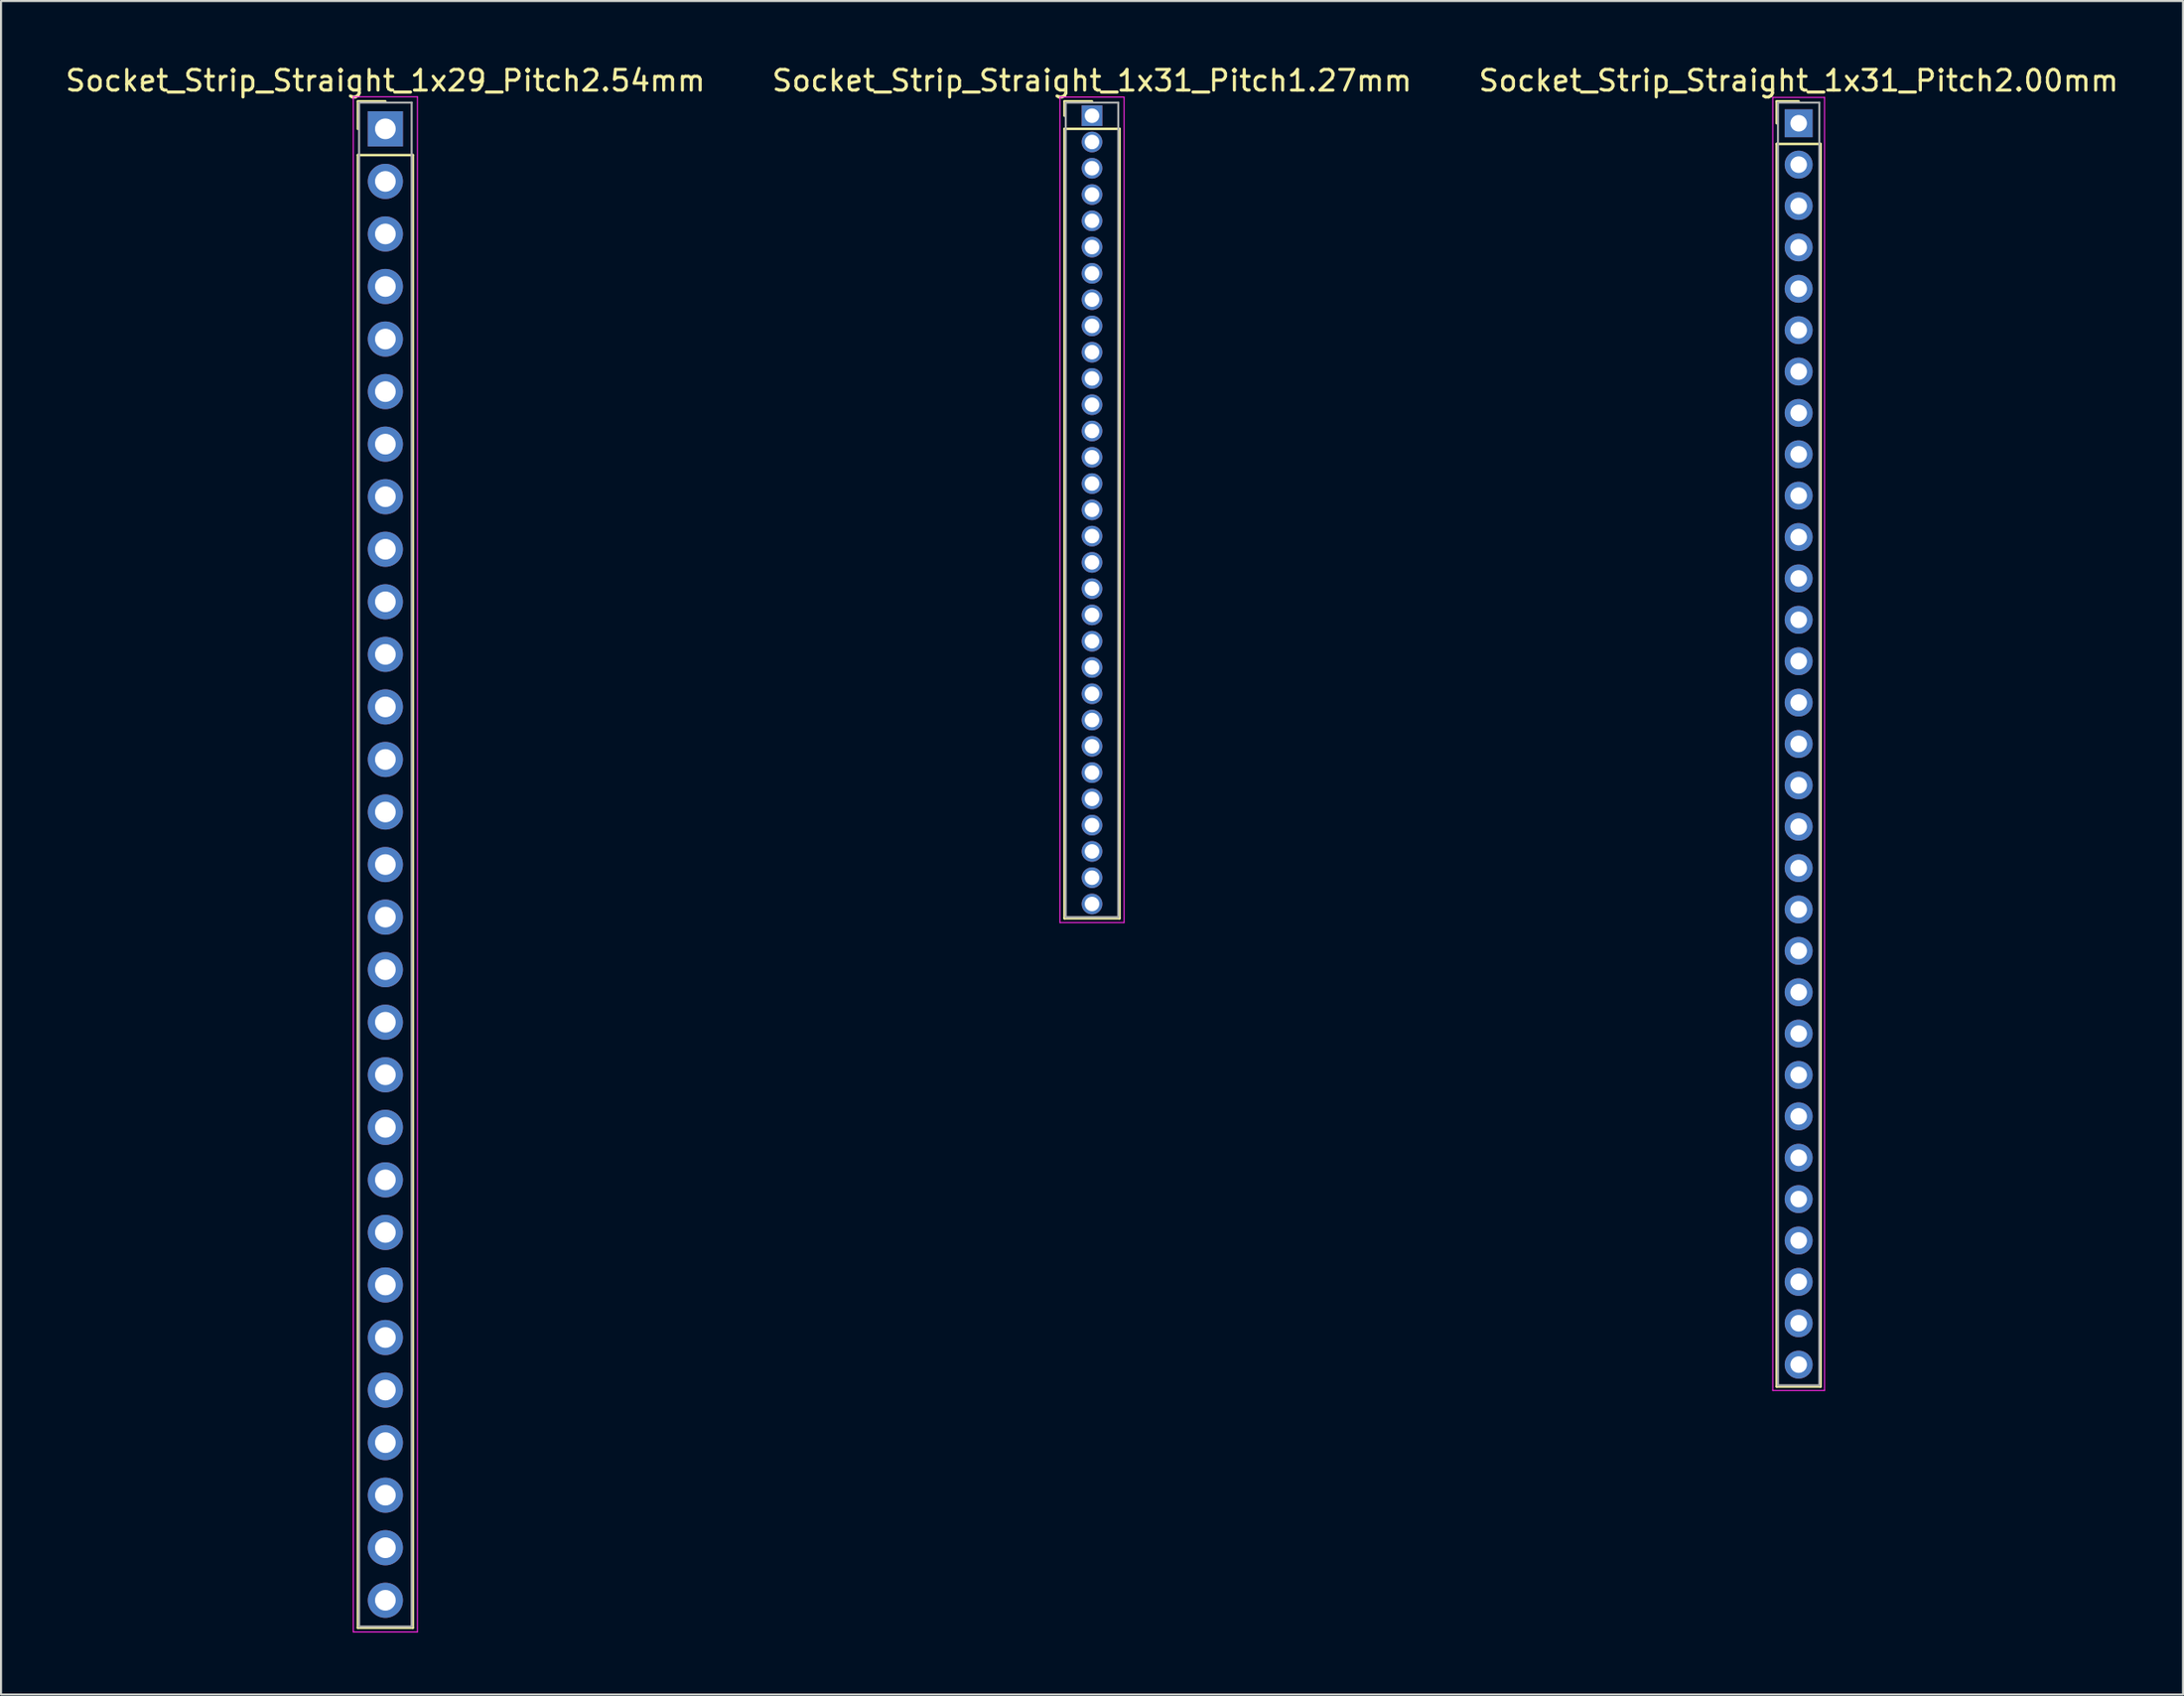
<source format=kicad_pcb>
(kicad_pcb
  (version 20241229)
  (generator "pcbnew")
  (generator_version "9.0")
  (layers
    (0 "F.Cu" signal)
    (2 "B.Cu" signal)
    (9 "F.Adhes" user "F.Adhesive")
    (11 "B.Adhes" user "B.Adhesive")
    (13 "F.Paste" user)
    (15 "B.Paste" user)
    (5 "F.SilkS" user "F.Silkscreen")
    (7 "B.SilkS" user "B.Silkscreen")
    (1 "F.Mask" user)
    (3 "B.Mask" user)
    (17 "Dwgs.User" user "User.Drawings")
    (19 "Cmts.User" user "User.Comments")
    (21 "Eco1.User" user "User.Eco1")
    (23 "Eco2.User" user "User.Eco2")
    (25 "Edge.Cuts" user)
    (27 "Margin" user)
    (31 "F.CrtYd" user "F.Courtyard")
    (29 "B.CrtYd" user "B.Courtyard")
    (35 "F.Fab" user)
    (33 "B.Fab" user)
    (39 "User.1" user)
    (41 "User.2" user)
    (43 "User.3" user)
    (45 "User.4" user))
  (footprint "Socket_Strip_Straight_1x31_Pitch2.00mm"
    (layer "F.Cu")
    (at 83.887 2.908)
    (property "Reference" "Socket_Strip_Straight_1x31_Pitch2.00mm" (at 0 -2.06 0) (layer "F.SilkS") (effects (font (size 1 1) (thickness 0.15))))
    (attr through_hole)
    (fp_line (start -1.06 -1.06) (end 0 -1.06) (stroke (width 0.12) (type solid)) (layer "F.SilkS"))
    (fp_line (start -1.06 0) (end -1.06 -1.06) (stroke (width 0.12) (type solid)) (layer "F.SilkS"))
    (fp_line (start -1.06 1) (end -1.06 61.06) (stroke (width 0.12) (type solid)) (layer "F.SilkS"))
    (fp_line (start -1.06 61.06) (end 1.06 61.06) (stroke (width 0.12) (type solid)) (layer "F.SilkS"))
    (fp_line (start 1.06 1) (end -1.06 1) (stroke (width 0.12) (type solid)) (layer "F.SilkS"))
    (fp_line (start 1.06 61.06) (end 1.06 1) (stroke (width 0.12) (type solid)) (layer "F.SilkS"))
    (fp_line (start -1.25 -1.25) (end -1.25 61.25) (stroke (width 0.05) (type solid)) (layer "F.CrtYd"))
    (fp_line (start -1.25 61.25) (end 1.25 61.25) (stroke (width 0.05) (type solid)) (layer "F.CrtYd"))
    (fp_line (start 1.25 -1.25) (end -1.25 -1.25) (stroke (width 0.05) (type solid)) (layer "F.CrtYd"))
    (fp_line (start 1.25 61.25) (end 1.25 -1.25) (stroke (width 0.05) (type solid)) (layer "F.CrtYd"))
    (fp_line (start -1 -1) (end -1 61) (stroke (width 0.1) (type solid)) (layer "F.Fab"))
    (fp_line (start -1 61) (end 1 61) (stroke (width 0.1) (type solid)) (layer "F.Fab"))
    (fp_line (start 1 -1) (end -1 -1) (stroke (width 0.1) (type solid)) (layer "F.Fab"))
    (fp_line (start 1 61) (end 1 -1) (stroke (width 0.1) (type solid)) (layer "F.Fab"))
    (pad "1" thru_hole rect (at 0 0) (size 1.35 1.35) (drill 0.8) (layers "*.Cu" "*.Mask"))
    (pad "2" thru_hole oval (at 0 2) (size 1.35 1.35) (drill 0.8) (layers "*.Cu" "*.Mask"))
    (pad "3" thru_hole oval (at 0 4) (size 1.35 1.35) (drill 0.8) (layers "*.Cu" "*.Mask"))
    (pad "4" thru_hole oval (at 0 6) (size 1.35 1.35) (drill 0.8) (layers "*.Cu" "*.Mask"))
    (pad "5" thru_hole oval (at 0 8) (size 1.35 1.35) (drill 0.8) (layers "*.Cu" "*.Mask"))
    (pad "6" thru_hole oval (at 0 10) (size 1.35 1.35) (drill 0.8) (layers "*.Cu" "*.Mask"))
    (pad "7" thru_hole oval (at 0 12) (size 1.35 1.35) (drill 0.8) (layers "*.Cu" "*.Mask"))
    (pad "8" thru_hole oval (at 0 14) (size 1.35 1.35) (drill 0.8) (layers "*.Cu" "*.Mask"))
    (pad "9" thru_hole oval (at 0 16) (size 1.35 1.35) (drill 0.8) (layers "*.Cu" "*.Mask"))
    (pad "10" thru_hole oval (at 0 18) (size 1.35 1.35) (drill 0.8) (layers "*.Cu" "*.Mask"))
    (pad "11" thru_hole oval (at 0 20) (size 1.35 1.35) (drill 0.8) (layers "*.Cu" "*.Mask"))
    (pad "12" thru_hole oval (at 0 22) (size 1.35 1.35) (drill 0.8) (layers "*.Cu" "*.Mask"))
    (pad "13" thru_hole oval (at 0 24) (size 1.35 1.35) (drill 0.8) (layers "*.Cu" "*.Mask"))
    (pad "14" thru_hole oval (at 0 26) (size 1.35 1.35) (drill 0.8) (layers "*.Cu" "*.Mask"))
    (pad "15" thru_hole oval (at 0 28) (size 1.35 1.35) (drill 0.8) (layers "*.Cu" "*.Mask"))
    (pad "16" thru_hole oval (at 0 30) (size 1.35 1.35) (drill 0.8) (layers "*.Cu" "*.Mask"))
    (pad "17" thru_hole oval (at 0 32) (size 1.35 1.35) (drill 0.8) (layers "*.Cu" "*.Mask"))
    (pad "18" thru_hole oval (at 0 34) (size 1.35 1.35) (drill 0.8) (layers "*.Cu" "*.Mask"))
    (pad "19" thru_hole oval (at 0 36) (size 1.35 1.35) (drill 0.8) (layers "*.Cu" "*.Mask"))
    (pad "20" thru_hole oval (at 0 38) (size 1.35 1.35) (drill 0.8) (layers "*.Cu" "*.Mask"))
    (pad "21" thru_hole oval (at 0 40) (size 1.35 1.35) (drill 0.8) (layers "*.Cu" "*.Mask"))
    (pad "22" thru_hole oval (at 0 42) (size 1.35 1.35) (drill 0.8) (layers "*.Cu" "*.Mask"))
    (pad "23" thru_hole oval (at 0 44) (size 1.35 1.35) (drill 0.8) (layers "*.Cu" "*.Mask"))
    (pad "24" thru_hole oval (at 0 46) (size 1.35 1.35) (drill 0.8) (layers "*.Cu" "*.Mask"))
    (pad "25" thru_hole oval (at 0 48) (size 1.35 1.35) (drill 0.8) (layers "*.Cu" "*.Mask"))
    (pad "26" thru_hole oval (at 0 50) (size 1.35 1.35) (drill 0.8) (layers "*.Cu" "*.Mask"))
    (pad "27" thru_hole oval (at 0 52) (size 1.35 1.35) (drill 0.8) (layers "*.Cu" "*.Mask"))
    (pad "28" thru_hole oval (at 0 54) (size 1.35 1.35) (drill 0.8) (layers "*.Cu" "*.Mask"))
    (pad "29" thru_hole oval (at 0 56) (size 1.35 1.35) (drill 0.8) (layers "*.Cu" "*.Mask"))
    (pad "30" thru_hole oval (at 0 58) (size 1.35 1.35) (drill 0.8) (layers "*.Cu" "*.Mask"))
    (pad "31" thru_hole oval (at 0 60) (size 1.35 1.35) (drill 0.8) (layers "*.Cu" "*.Mask")))
  (footprint "Socket_Strip_Straight_1x29_Pitch2.54mm"
    (layer "F.Cu")
    (at 15.577 3.178)
    (property "Reference" "Socket_Strip_Straight_1x29_Pitch2.54mm" (at 0 -2.33 0) (layer "F.SilkS") (effects (font (size 1 1) (thickness 0.15))))
    (attr through_hole)
    (fp_line (start -1.33 -1.33) (end 0 -1.33) (stroke (width 0.12) (type solid)) (layer "F.SilkS"))
    (fp_line (start -1.33 0) (end -1.33 -1.33) (stroke (width 0.12) (type solid)) (layer "F.SilkS"))
    (fp_line (start -1.33 1.27) (end -1.33 72.45) (stroke (width 0.12) (type solid)) (layer "F.SilkS"))
    (fp_line (start -1.33 72.45) (end 1.33 72.45) (stroke (width 0.12) (type solid)) (layer "F.SilkS"))
    (fp_line (start 1.33 1.27) (end -1.33 1.27) (stroke (width 0.12) (type solid)) (layer "F.SilkS"))
    (fp_line (start 1.33 72.45) (end 1.33 1.27) (stroke (width 0.12) (type solid)) (layer "F.SilkS"))
    (fp_line (start -1.55 -1.55) (end -1.55 72.65) (stroke (width 0.05) (type solid)) (layer "F.CrtYd"))
    (fp_line (start -1.55 72.65) (end 1.55 72.65) (stroke (width 0.05) (type solid)) (layer "F.CrtYd"))
    (fp_line (start 1.55 -1.55) (end -1.55 -1.55) (stroke (width 0.05) (type solid)) (layer "F.CrtYd"))
    (fp_line (start 1.55 72.65) (end 1.55 -1.55) (stroke (width 0.05) (type solid)) (layer "F.CrtYd"))
    (fp_line (start -1.27 -1.27) (end -1.27 72.39) (stroke (width 0.1) (type solid)) (layer "F.Fab"))
    (fp_line (start -1.27 72.39) (end 1.27 72.39) (stroke (width 0.1) (type solid)) (layer "F.Fab"))
    (fp_line (start 1.27 -1.27) (end -1.27 -1.27) (stroke (width 0.1) (type solid)) (layer "F.Fab"))
    (fp_line (start 1.27 72.39) (end 1.27 -1.27) (stroke (width 0.1) (type solid)) (layer "F.Fab"))
    (pad "1" thru_hole rect (at 0 0) (size 1.7 1.7) (drill 1) (layers "*.Cu" "*.Mask"))
    (pad "2" thru_hole oval (at 0 2.54) (size 1.7 1.7) (drill 1) (layers "*.Cu" "*.Mask"))
    (pad "3" thru_hole oval (at 0 5.08) (size 1.7 1.7) (drill 1) (layers "*.Cu" "*.Mask"))
    (pad "4" thru_hole oval (at 0 7.62) (size 1.7 1.7) (drill 1) (layers "*.Cu" "*.Mask"))
    (pad "5" thru_hole oval (at 0 10.16) (size 1.7 1.7) (drill 1) (layers "*.Cu" "*.Mask"))
    (pad "6" thru_hole oval (at 0 12.7) (size 1.7 1.7) (drill 1) (layers "*.Cu" "*.Mask"))
    (pad "7" thru_hole oval (at 0 15.24) (size 1.7 1.7) (drill 1) (layers "*.Cu" "*.Mask"))
    (pad "8" thru_hole oval (at 0 17.78) (size 1.7 1.7) (drill 1) (layers "*.Cu" "*.Mask"))
    (pad "9" thru_hole oval (at 0 20.32) (size 1.7 1.7) (drill 1) (layers "*.Cu" "*.Mask"))
    (pad "10" thru_hole oval (at 0 22.86) (size 1.7 1.7) (drill 1) (layers "*.Cu" "*.Mask"))
    (pad "11" thru_hole oval (at 0 25.4) (size 1.7 1.7) (drill 1) (layers "*.Cu" "*.Mask"))
    (pad "12" thru_hole oval (at 0 27.94) (size 1.7 1.7) (drill 1) (layers "*.Cu" "*.Mask"))
    (pad "13" thru_hole oval (at 0 30.48) (size 1.7 1.7) (drill 1) (layers "*.Cu" "*.Mask"))
    (pad "14" thru_hole oval (at 0 33.02) (size 1.7 1.7) (drill 1) (layers "*.Cu" "*.Mask"))
    (pad "15" thru_hole oval (at 0 35.56) (size 1.7 1.7) (drill 1) (layers "*.Cu" "*.Mask"))
    (pad "16" thru_hole oval (at 0 38.1) (size 1.7 1.7) (drill 1) (layers "*.Cu" "*.Mask"))
    (pad "17" thru_hole oval (at 0 40.64) (size 1.7 1.7) (drill 1) (layers "*.Cu" "*.Mask"))
    (pad "18" thru_hole oval (at 0 43.18) (size 1.7 1.7) (drill 1) (layers "*.Cu" "*.Mask"))
    (pad "19" thru_hole oval (at 0 45.72) (size 1.7 1.7) (drill 1) (layers "*.Cu" "*.Mask"))
    (pad "20" thru_hole oval (at 0 48.26) (size 1.7 1.7) (drill 1) (layers "*.Cu" "*.Mask"))
    (pad "21" thru_hole oval (at 0 50.8) (size 1.7 1.7) (drill 1) (layers "*.Cu" "*.Mask"))
    (pad "22" thru_hole oval (at 0 53.34) (size 1.7 1.7) (drill 1) (layers "*.Cu" "*.Mask"))
    (pad "23" thru_hole oval (at 0 55.88) (size 1.7 1.7) (drill 1) (layers "*.Cu" "*.Mask"))
    (pad "24" thru_hole oval (at 0 58.42) (size 1.7 1.7) (drill 1) (layers "*.Cu" "*.Mask"))
    (pad "25" thru_hole oval (at 0 60.96) (size 1.7 1.7) (drill 1) (layers "*.Cu" "*.Mask"))
    (pad "26" thru_hole oval (at 0 63.5) (size 1.7 1.7) (drill 1) (layers "*.Cu" "*.Mask"))
    (pad "27" thru_hole oval (at 0 66.04) (size 1.7 1.7) (drill 1) (layers "*.Cu" "*.Mask"))
    (pad "28" thru_hole oval (at 0 68.58) (size 1.7 1.7) (drill 1) (layers "*.Cu" "*.Mask"))
    (pad "29" thru_hole oval (at 0 71.12) (size 1.7 1.7) (drill 1) (layers "*.Cu" "*.Mask")))
  (footprint "Socket_Strip_Straight_1x31_Pitch1.27mm"
    (layer "F.Cu")
    (at 49.732 2.543)
    (property "Reference" "Socket_Strip_Straight_1x31_Pitch1.27mm" (at 0 -1.695 0) (layer "F.SilkS") (effects (font (size 1 1) (thickness 0.15))))
    (attr through_hole)
    (fp_line (start -1.33 -0.695) (end 0 -0.695) (stroke (width 0.12) (type solid)) (layer "F.SilkS"))
    (fp_line (start -1.33 0) (end -1.33 -0.695) (stroke (width 0.12) (type solid)) (layer "F.SilkS"))
    (fp_line (start -1.33 0.635) (end -1.33 38.795) (stroke (width 0.12) (type solid)) (layer "F.SilkS"))
    (fp_line (start -1.33 38.795) (end 1.33 38.795) (stroke (width 0.12) (type solid)) (layer "F.SilkS"))
    (fp_line (start 1.33 0.635) (end -1.33 0.635) (stroke (width 0.12) (type solid)) (layer "F.SilkS"))
    (fp_line (start 1.33 38.795) (end 1.33 0.635) (stroke (width 0.12) (type solid)) (layer "F.SilkS"))
    (fp_line (start -1.55 -0.9) (end -1.55 39) (stroke (width 0.05) (type solid)) (layer "F.CrtYd"))
    (fp_line (start -1.55 39) (end 1.55 39) (stroke (width 0.05) (type solid)) (layer "F.CrtYd"))
    (fp_line (start 1.55 -0.9) (end -1.55 -0.9) (stroke (width 0.05) (type solid)) (layer "F.CrtYd"))
    (fp_line (start 1.55 39) (end 1.55 -0.9) (stroke (width 0.05) (type solid)) (layer "F.CrtYd"))
    (fp_line (start -1.27 -0.635) (end -1.27 38.735) (stroke (width 0.1) (type solid)) (layer "F.Fab"))
    (fp_line (start -1.27 38.735) (end 1.27 38.735) (stroke (width 0.1) (type solid)) (layer "F.Fab"))
    (fp_line (start 1.27 -0.635) (end -1.27 -0.635) (stroke (width 0.1) (type solid)) (layer "F.Fab"))
    (fp_line (start 1.27 38.735) (end 1.27 -0.635) (stroke (width 0.1) (type solid)) (layer "F.Fab"))
    (pad "1" thru_hole rect (at 0 0) (size 1 1) (drill 0.7) (layers "*.Cu" "*.Mask"))
    (pad "2" thru_hole oval (at 0 1.27) (size 1 1) (drill 0.7) (layers "*.Cu" "*.Mask"))
    (pad "3" thru_hole oval (at 0 2.54) (size 1 1) (drill 0.7) (layers "*.Cu" "*.Mask"))
    (pad "4" thru_hole oval (at 0 3.81) (size 1 1) (drill 0.7) (layers "*.Cu" "*.Mask"))
    (pad "5" thru_hole oval (at 0 5.08) (size 1 1) (drill 0.7) (layers "*.Cu" "*.Mask"))
    (pad "6" thru_hole oval (at 0 6.35) (size 1 1) (drill 0.7) (layers "*.Cu" "*.Mask"))
    (pad "7" thru_hole oval (at 0 7.62) (size 1 1) (drill 0.7) (layers "*.Cu" "*.Mask"))
    (pad "8" thru_hole oval (at 0 8.89) (size 1 1) (drill 0.7) (layers "*.Cu" "*.Mask"))
    (pad "9" thru_hole oval (at 0 10.16) (size 1 1) (drill 0.7) (layers "*.Cu" "*.Mask"))
    (pad "10" thru_hole oval (at 0 11.43) (size 1 1) (drill 0.7) (layers "*.Cu" "*.Mask"))
    (pad "11" thru_hole oval (at 0 12.7) (size 1 1) (drill 0.7) (layers "*.Cu" "*.Mask"))
    (pad "12" thru_hole oval (at 0 13.97) (size 1 1) (drill 0.7) (layers "*.Cu" "*.Mask"))
    (pad "13" thru_hole oval (at 0 15.24) (size 1 1) (drill 0.7) (layers "*.Cu" "*.Mask"))
    (pad "14" thru_hole oval (at 0 16.51) (size 1 1) (drill 0.7) (layers "*.Cu" "*.Mask"))
    (pad "15" thru_hole oval (at 0 17.78) (size 1 1) (drill 0.7) (layers "*.Cu" "*.Mask"))
    (pad "16" thru_hole oval (at 0 19.05) (size 1 1) (drill 0.7) (layers "*.Cu" "*.Mask"))
    (pad "17" thru_hole oval (at 0 20.32) (size 1 1) (drill 0.7) (layers "*.Cu" "*.Mask"))
    (pad "18" thru_hole oval (at 0 21.59) (size 1 1) (drill 0.7) (layers "*.Cu" "*.Mask"))
    (pad "19" thru_hole oval (at 0 22.86) (size 1 1) (drill 0.7) (layers "*.Cu" "*.Mask"))
    (pad "20" thru_hole oval (at 0 24.13) (size 1 1) (drill 0.7) (layers "*.Cu" "*.Mask"))
    (pad "21" thru_hole oval (at 0 25.4) (size 1 1) (drill 0.7) (layers "*.Cu" "*.Mask"))
    (pad "22" thru_hole oval (at 0 26.67) (size 1 1) (drill 0.7) (layers "*.Cu" "*.Mask"))
    (pad "23" thru_hole oval (at 0 27.94) (size 1 1) (drill 0.7) (layers "*.Cu" "*.Mask"))
    (pad "24" thru_hole oval (at 0 29.21) (size 1 1) (drill 0.7) (layers "*.Cu" "*.Mask"))
    (pad "25" thru_hole oval (at 0 30.48) (size 1 1) (drill 0.7) (layers "*.Cu" "*.Mask"))
    (pad "26" thru_hole oval (at 0 31.75) (size 1 1) (drill 0.7) (layers "*.Cu" "*.Mask"))
    (pad "27" thru_hole oval (at 0 33.02) (size 1 1) (drill 0.7) (layers "*.Cu" "*.Mask"))
    (pad "28" thru_hole oval (at 0 34.29) (size 1 1) (drill 0.7) (layers "*.Cu" "*.Mask"))
    (pad "29" thru_hole oval (at 0 35.56) (size 1 1) (drill 0.7) (layers "*.Cu" "*.Mask"))
    (pad "30" thru_hole oval (at 0 36.83) (size 1 1) (drill 0.7) (layers "*.Cu" "*.Mask"))
    (pad "31" thru_hole oval (at 0 38.1) (size 1 1) (drill 0.7) (layers "*.Cu" "*.Mask")))
  (gr_rect
    (start -3 -3)
    (end 102.464 78.853)
    (stroke (width 0.1) (type default))
    (fill no)
    (layer "Edge.Cuts")))
</source>
